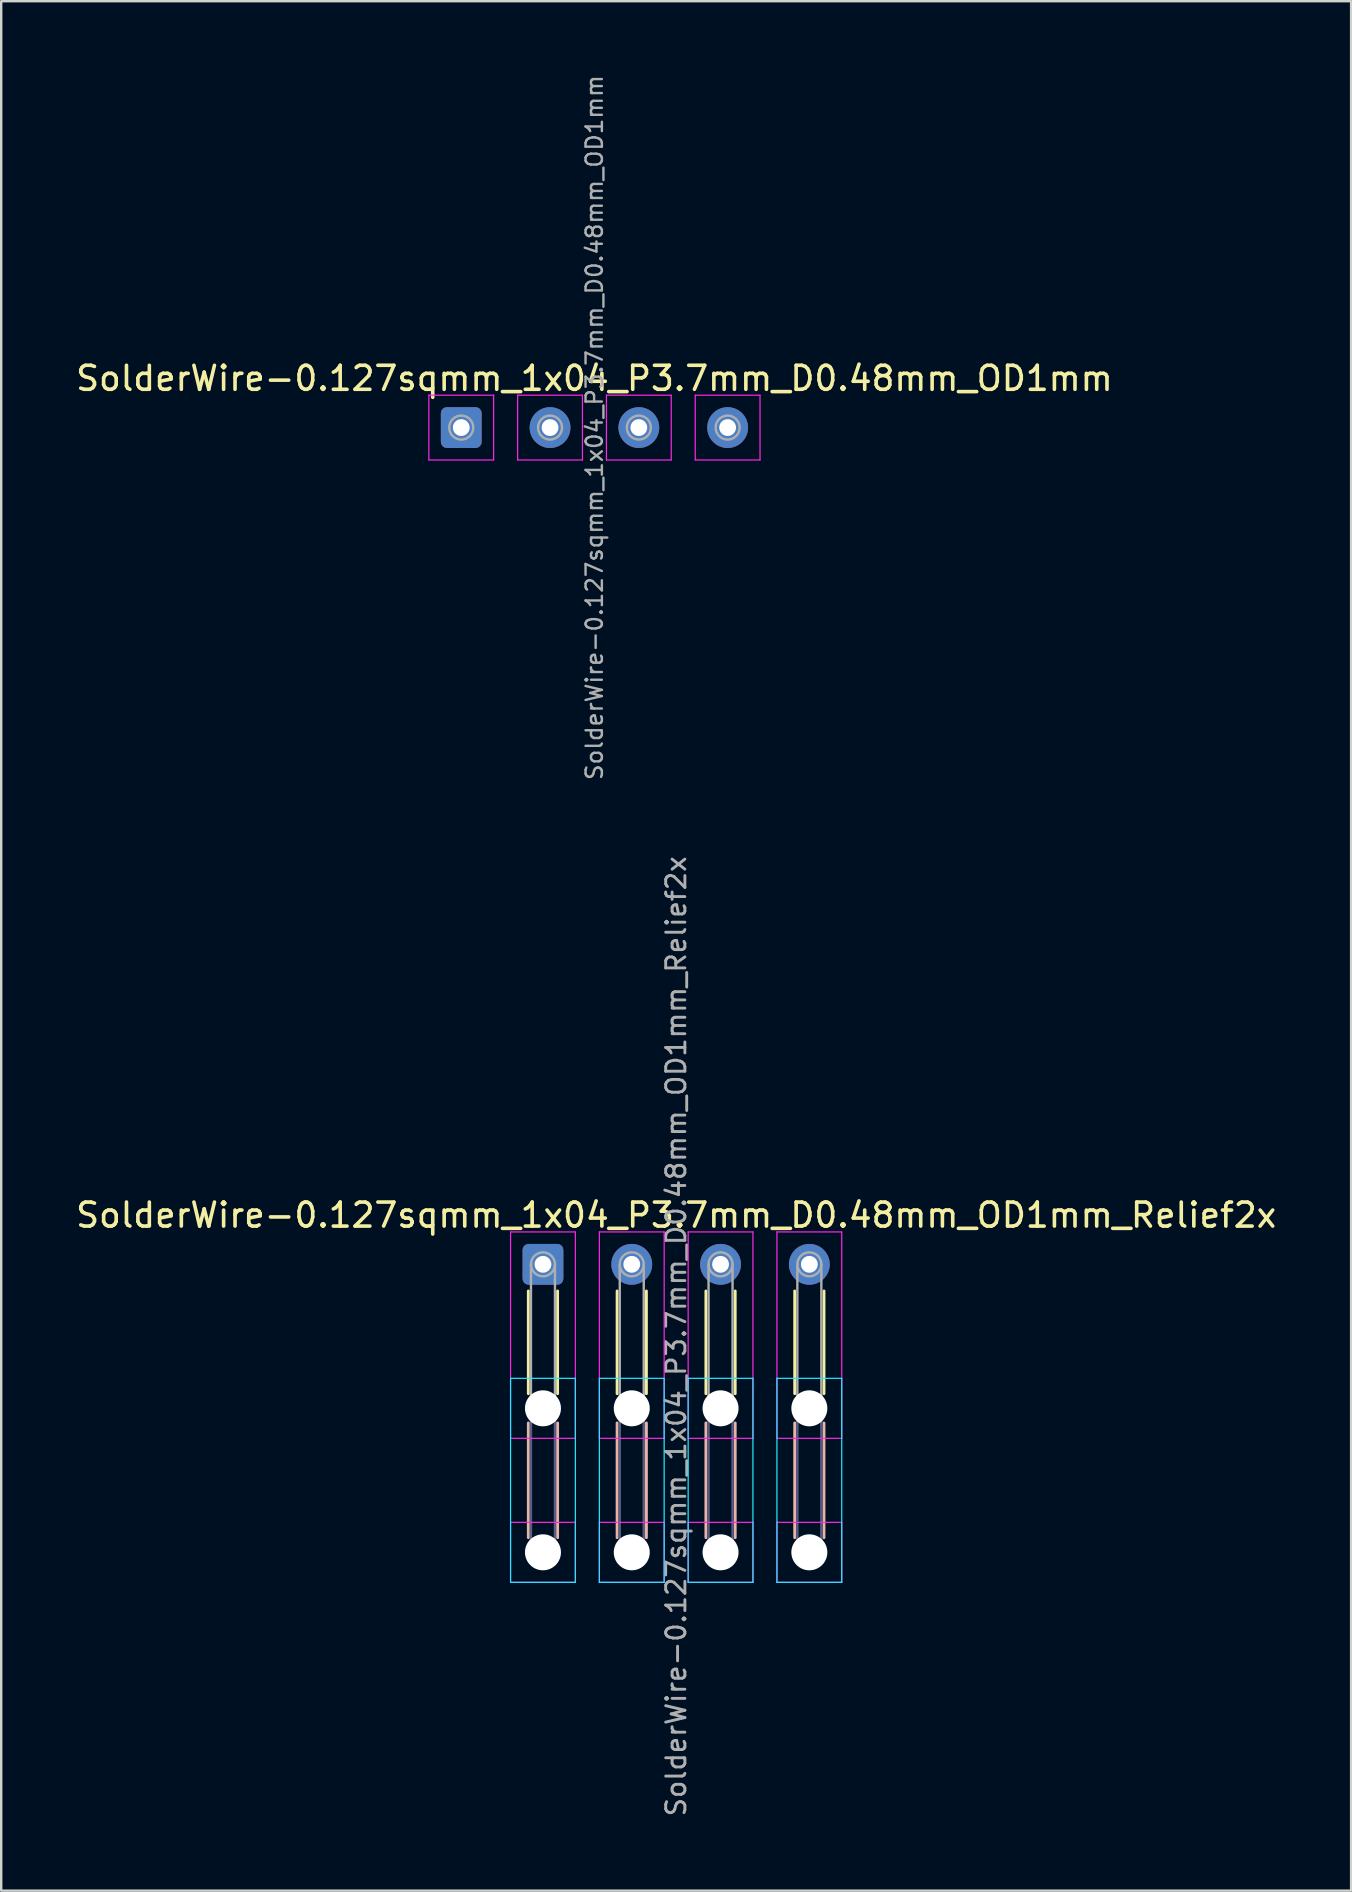
<source format=kicad_pcb>
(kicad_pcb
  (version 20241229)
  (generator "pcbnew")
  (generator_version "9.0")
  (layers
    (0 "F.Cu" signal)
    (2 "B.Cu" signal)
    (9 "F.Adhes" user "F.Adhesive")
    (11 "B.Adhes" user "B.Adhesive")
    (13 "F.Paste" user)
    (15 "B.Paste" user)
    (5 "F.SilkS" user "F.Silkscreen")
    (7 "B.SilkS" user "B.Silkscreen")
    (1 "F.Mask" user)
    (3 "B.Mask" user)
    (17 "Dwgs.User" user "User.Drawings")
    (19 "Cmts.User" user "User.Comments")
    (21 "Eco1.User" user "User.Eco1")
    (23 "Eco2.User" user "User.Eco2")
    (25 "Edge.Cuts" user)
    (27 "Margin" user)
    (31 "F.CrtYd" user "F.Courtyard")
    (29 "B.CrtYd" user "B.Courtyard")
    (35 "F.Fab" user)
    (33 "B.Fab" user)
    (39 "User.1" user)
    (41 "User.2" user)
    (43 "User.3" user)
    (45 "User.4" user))
  (footprint "SolderWire-0.127sqmm_1x04_P3.7mm_D0.48mm_OD1mm"
    (layer "F.Cu")
    (at 16.17 14.767)
    (property "Reference" "SolderWire-0.127sqmm_1x04_P3.7mm_D0.48mm_OD1mm" (at 5.55 -2.05 0) (layer "F.SilkS") (effects (font (size 1 1) (thickness 0.15))))
    (attr exclude_from_pos_files exclude_from_bom)
    (fp_line (start -1.35 -1.35) (end -1.35 1.35) (stroke (width 0.05) (type solid)) (layer "F.CrtYd"))
    (fp_line (start -1.35 1.35) (end 1.35 1.35) (stroke (width 0.05) (type solid)) (layer "F.CrtYd"))
    (fp_line (start 1.35 -1.35) (end -1.35 -1.35) (stroke (width 0.05) (type solid)) (layer "F.CrtYd"))
    (fp_line (start 1.35 1.35) (end 1.35 -1.35) (stroke (width 0.05) (type solid)) (layer "F.CrtYd"))
    (fp_line (start 2.35 -1.35) (end 2.35 1.35) (stroke (width 0.05) (type solid)) (layer "F.CrtYd"))
    (fp_line (start 2.35 1.35) (end 5.05 1.35) (stroke (width 0.05) (type solid)) (layer "F.CrtYd"))
    (fp_line (start 5.05 -1.35) (end 2.35 -1.35) (stroke (width 0.05) (type solid)) (layer "F.CrtYd"))
    (fp_line (start 5.05 1.35) (end 5.05 -1.35) (stroke (width 0.05) (type solid)) (layer "F.CrtYd"))
    (fp_line (start 6.05 -1.35) (end 6.05 1.35) (stroke (width 0.05) (type solid)) (layer "F.CrtYd"))
    (fp_line (start 6.05 1.35) (end 8.75 1.35) (stroke (width 0.05) (type solid)) (layer "F.CrtYd"))
    (fp_line (start 8.75 -1.35) (end 6.05 -1.35) (stroke (width 0.05) (type solid)) (layer "F.CrtYd"))
    (fp_line (start 8.75 1.35) (end 8.75 -1.35) (stroke (width 0.05) (type solid)) (layer "F.CrtYd"))
    (fp_line (start 9.75 -1.35) (end 9.75 1.35) (stroke (width 0.05) (type solid)) (layer "F.CrtYd"))
    (fp_line (start 9.75 1.35) (end 12.45 1.35) (stroke (width 0.05) (type solid)) (layer "F.CrtYd"))
    (fp_line (start 12.45 -1.35) (end 9.75 -1.35) (stroke (width 0.05) (type solid)) (layer "F.CrtYd"))
    (fp_line (start 12.45 1.35) (end 12.45 -1.35) (stroke (width 0.05) (type solid)) (layer "F.CrtYd"))
    (fp_circle (center 0 0) (end 0.5 0) (stroke (width 0.1) (type solid)) (fill no) (layer "F.Fab"))
    (fp_circle (center 3.7 0) (end 4.2 0) (stroke (width 0.1) (type solid)) (fill no) (layer "F.Fab"))
    (fp_circle (center 7.4 0) (end 7.9 0) (stroke (width 0.1) (type solid)) (fill no) (layer "F.Fab"))
    (fp_circle (center 11.1 0) (end 11.6 0) (stroke (width 0.1) (type solid)) (fill no) (layer "F.Fab"))
    (fp_text user "${REFERENCE}" (at 5.55 0 90) (layer "F.Fab") (effects (font (size 0.68 0.68) (thickness 0.1))))
    (pad "1" thru_hole roundrect (at 0 0) (size 1.7 1.7) (drill 0.7) (layers "*.Cu" "*.Mask") (roundrect_rratio 0.147))
    (pad "2" thru_hole circle (at 3.7 0) (size 1.7 1.7) (drill 0.7) (layers "*.Cu" "*.Mask"))
    (pad "3" thru_hole circle (at 7.4 0) (size 1.7 1.7) (drill 0.7) (layers "*.Cu" "*.Mask"))
    (pad "4" thru_hole circle (at 11.1 0) (size 1.7 1.7) (drill 0.7) (layers "*.Cu" "*.Mask")))
  (footprint "SolderWire-0.127sqmm_1x04_P3.7mm_D0.48mm_OD1mm_Relief2x"
    (layer "F.Cu")
    (at 19.575 49.634)
    (property "Reference" "SolderWire-0.127sqmm_1x04_P3.7mm_D0.48mm_OD1mm_Relief2x" (at 5.55 -2.05 0) (layer "F.SilkS") (effects (font (size 1 1) (thickness 0.15))))
    (attr exclude_from_pos_files exclude_from_bom)
    (fp_line (start -0.61 1.11) (end -0.61 5.39) (stroke (width 0.12) (type solid)) (layer "F.SilkS"))
    (fp_line (start 0.61 1.11) (end 0.61 5.39) (stroke (width 0.12) (type solid)) (layer "F.SilkS"))
    (fp_line (start 3.09 1.11) (end 3.09 5.39) (stroke (width 0.12) (type solid)) (layer "F.SilkS"))
    (fp_line (start 4.31 1.11) (end 4.31 5.39) (stroke (width 0.12) (type solid)) (layer "F.SilkS"))
    (fp_line (start 6.79 1.11) (end 6.79 5.39) (stroke (width 0.12) (type solid)) (layer "F.SilkS"))
    (fp_line (start 8.01 1.11) (end 8.01 5.39) (stroke (width 0.12) (type solid)) (layer "F.SilkS"))
    (fp_line (start 10.49 1.11) (end 10.49 5.39) (stroke (width 0.12) (type solid)) (layer "F.SilkS"))
    (fp_line (start 11.71 1.11) (end 11.71 5.39) (stroke (width 0.12) (type solid)) (layer "F.SilkS"))
    (fp_line (start -0.61 6.61) (end -0.61 11.39) (stroke (width 0.12) (type solid)) (layer "B.SilkS"))
    (fp_line (start 0.61 6.61) (end 0.61 11.39) (stroke (width 0.12) (type solid)) (layer "B.SilkS"))
    (fp_line (start 3.09 6.61) (end 3.09 11.39) (stroke (width 0.12) (type solid)) (layer "B.SilkS"))
    (fp_line (start 4.31 6.61) (end 4.31 11.39) (stroke (width 0.12) (type solid)) (layer "B.SilkS"))
    (fp_line (start 6.79 6.61) (end 6.79 11.39) (stroke (width 0.12) (type solid)) (layer "B.SilkS"))
    (fp_line (start 8.01 6.61) (end 8.01 11.39) (stroke (width 0.12) (type solid)) (layer "B.SilkS"))
    (fp_line (start 10.49 6.61) (end 10.49 11.39) (stroke (width 0.12) (type solid)) (layer "B.SilkS"))
    (fp_line (start 11.71 6.61) (end 11.71 11.39) (stroke (width 0.12) (type solid)) (layer "B.SilkS"))
    (fp_line (start -1.35 4.75) (end -1.35 13.25) (stroke (width 0.05) (type solid)) (layer "B.CrtYd"))
    (fp_line (start -1.35 13.25) (end 1.35 13.25) (stroke (width 0.05) (type solid)) (layer "B.CrtYd"))
    (fp_line (start 1.35 4.75) (end -1.35 4.75) (stroke (width 0.05) (type solid)) (layer "B.CrtYd"))
    (fp_line (start 1.35 13.25) (end 1.35 4.75) (stroke (width 0.05) (type solid)) (layer "B.CrtYd"))
    (fp_line (start 2.35 4.75) (end 2.35 13.25) (stroke (width 0.05) (type solid)) (layer "B.CrtYd"))
    (fp_line (start 2.35 13.25) (end 5.05 13.25) (stroke (width 0.05) (type solid)) (layer "B.CrtYd"))
    (fp_line (start 5.05 4.75) (end 2.35 4.75) (stroke (width 0.05) (type solid)) (layer "B.CrtYd"))
    (fp_line (start 5.05 13.25) (end 5.05 4.75) (stroke (width 0.05) (type solid)) (layer "B.CrtYd"))
    (fp_line (start 6.05 4.75) (end 6.05 13.25) (stroke (width 0.05) (type solid)) (layer "B.CrtYd"))
    (fp_line (start 6.05 13.25) (end 8.75 13.25) (stroke (width 0.05) (type solid)) (layer "B.CrtYd"))
    (fp_line (start 8.75 4.75) (end 6.05 4.75) (stroke (width 0.05) (type solid)) (layer "B.CrtYd"))
    (fp_line (start 8.75 13.25) (end 8.75 4.75) (stroke (width 0.05) (type solid)) (layer "B.CrtYd"))
    (fp_line (start 9.75 4.75) (end 9.75 13.25) (stroke (width 0.05) (type solid)) (layer "B.CrtYd"))
    (fp_line (start 9.75 13.25) (end 12.45 13.25) (stroke (width 0.05) (type solid)) (layer "B.CrtYd"))
    (fp_line (start 12.45 4.75) (end 9.75 4.75) (stroke (width 0.05) (type solid)) (layer "B.CrtYd"))
    (fp_line (start 12.45 13.25) (end 12.45 4.75) (stroke (width 0.05) (type solid)) (layer "B.CrtYd"))
    (fp_line (start -1.35 -1.35) (end -1.35 7.25) (stroke (width 0.05) (type solid)) (layer "F.CrtYd"))
    (fp_line (start -1.35 7.25) (end 1.35 7.25) (stroke (width 0.05) (type solid)) (layer "F.CrtYd"))
    (fp_line (start -1.35 10.75) (end -1.35 13.25) (stroke (width 0.05) (type solid)) (layer "F.CrtYd"))
    (fp_line (start -1.35 13.25) (end 1.35 13.25) (stroke (width 0.05) (type solid)) (layer "F.CrtYd"))
    (fp_line (start 1.35 -1.35) (end -1.35 -1.35) (stroke (width 0.05) (type solid)) (layer "F.CrtYd"))
    (fp_line (start 1.35 7.25) (end 1.35 -1.35) (stroke (width 0.05) (type solid)) (layer "F.CrtYd"))
    (fp_line (start 1.35 10.75) (end -1.35 10.75) (stroke (width 0.05) (type solid)) (layer "F.CrtYd"))
    (fp_line (start 1.35 13.25) (end 1.35 10.75) (stroke (width 0.05) (type solid)) (layer "F.CrtYd"))
    (fp_line (start 2.35 -1.35) (end 2.35 7.25) (stroke (width 0.05) (type solid)) (layer "F.CrtYd"))
    (fp_line (start 2.35 7.25) (end 5.05 7.25) (stroke (width 0.05) (type solid)) (layer "F.CrtYd"))
    (fp_line (start 2.35 10.75) (end 2.35 13.25) (stroke (width 0.05) (type solid)) (layer "F.CrtYd"))
    (fp_line (start 2.35 13.25) (end 5.05 13.25) (stroke (width 0.05) (type solid)) (layer "F.CrtYd"))
    (fp_line (start 5.05 -1.35) (end 2.35 -1.35) (stroke (width 0.05) (type solid)) (layer "F.CrtYd"))
    (fp_line (start 5.05 7.25) (end 5.05 -1.35) (stroke (width 0.05) (type solid)) (layer "F.CrtYd"))
    (fp_line (start 5.05 10.75) (end 2.35 10.75) (stroke (width 0.05) (type solid)) (layer "F.CrtYd"))
    (fp_line (start 5.05 13.25) (end 5.05 10.75) (stroke (width 0.05) (type solid)) (layer "F.CrtYd"))
    (fp_line (start 6.05 -1.35) (end 6.05 7.25) (stroke (width 0.05) (type solid)) (layer "F.CrtYd"))
    (fp_line (start 6.05 7.25) (end 8.75 7.25) (stroke (width 0.05) (type solid)) (layer "F.CrtYd"))
    (fp_line (start 6.05 10.75) (end 6.05 13.25) (stroke (width 0.05) (type solid)) (layer "F.CrtYd"))
    (fp_line (start 6.05 13.25) (end 8.75 13.25) (stroke (width 0.05) (type solid)) (layer "F.CrtYd"))
    (fp_line (start 8.75 -1.35) (end 6.05 -1.35) (stroke (width 0.05) (type solid)) (layer "F.CrtYd"))
    (fp_line (start 8.75 7.25) (end 8.75 -1.35) (stroke (width 0.05) (type solid)) (layer "F.CrtYd"))
    (fp_line (start 8.75 10.75) (end 6.05 10.75) (stroke (width 0.05) (type solid)) (layer "F.CrtYd"))
    (fp_line (start 8.75 13.25) (end 8.75 10.75) (stroke (width 0.05) (type solid)) (layer "F.CrtYd"))
    (fp_line (start 9.75 -1.35) (end 9.75 7.25) (stroke (width 0.05) (type solid)) (layer "F.CrtYd"))
    (fp_line (start 9.75 7.25) (end 12.45 7.25) (stroke (width 0.05) (type solid)) (layer "F.CrtYd"))
    (fp_line (start 9.75 10.75) (end 9.75 13.25) (stroke (width 0.05) (type solid)) (layer "F.CrtYd"))
    (fp_line (start 9.75 13.25) (end 12.45 13.25) (stroke (width 0.05) (type solid)) (layer "F.CrtYd"))
    (fp_line (start 12.45 -1.35) (end 9.75 -1.35) (stroke (width 0.05) (type solid)) (layer "F.CrtYd"))
    (fp_line (start 12.45 7.25) (end 12.45 -1.35) (stroke (width 0.05) (type solid)) (layer "F.CrtYd"))
    (fp_line (start 12.45 10.75) (end 9.75 10.75) (stroke (width 0.05) (type solid)) (layer "F.CrtYd"))
    (fp_line (start 12.45 13.25) (end 12.45 10.75) (stroke (width 0.05) (type solid)) (layer "F.CrtYd"))
    (fp_line (start -0.5 6) (end -0.5 12) (stroke (width 0.1) (type solid)) (layer "B.Fab"))
    (fp_line (start 0.5 6) (end 0.5 12) (stroke (width 0.1) (type solid)) (layer "B.Fab"))
    (fp_line (start 3.2 6) (end 3.2 12) (stroke (width 0.1) (type solid)) (layer "B.Fab"))
    (fp_line (start 4.2 6) (end 4.2 12) (stroke (width 0.1) (type solid)) (layer "B.Fab"))
    (fp_line (start 6.9 6) (end 6.9 12) (stroke (width 0.1) (type solid)) (layer "B.Fab"))
    (fp_line (start 7.9 6) (end 7.9 12) (stroke (width 0.1) (type solid)) (layer "B.Fab"))
    (fp_line (start 10.6 6) (end 10.6 12) (stroke (width 0.1) (type solid)) (layer "B.Fab"))
    (fp_line (start 11.6 6) (end 11.6 12) (stroke (width 0.1) (type solid)) (layer "B.Fab"))
    (fp_circle (center 0 6) (end 0.5 6) (stroke (width 0.1) (type solid)) (fill no) (layer "B.Fab"))
    (fp_circle (center 0 12) (end 0.5 12) (stroke (width 0.1) (type solid)) (fill no) (layer "B.Fab"))
    (fp_circle (center 3.7 6) (end 4.2 6) (stroke (width 0.1) (type solid)) (fill no) (layer "B.Fab"))
    (fp_circle (center 3.7 12) (end 4.2 12) (stroke (width 0.1) (type solid)) (fill no) (layer "B.Fab"))
    (fp_circle (center 7.4 6) (end 7.9 6) (stroke (width 0.1) (type solid)) (fill no) (layer "B.Fab"))
    (fp_circle (center 7.4 12) (end 7.9 12) (stroke (width 0.1) (type solid)) (fill no) (layer "B.Fab"))
    (fp_circle (center 11.1 6) (end 11.6 6) (stroke (width 0.1) (type solid)) (fill no) (layer "B.Fab"))
    (fp_circle (center 11.1 12) (end 11.6 12) (stroke (width 0.1) (type solid)) (fill no) (layer "B.Fab"))
    (fp_line (start -0.5 0) (end -0.5 6) (stroke (width 0.1) (type solid)) (layer "F.Fab"))
    (fp_line (start 0.5 0) (end 0.5 6) (stroke (width 0.1) (type solid)) (layer "F.Fab"))
    (fp_line (start 3.2 0) (end 3.2 6) (stroke (width 0.1) (type solid)) (layer "F.Fab"))
    (fp_line (start 4.2 0) (end 4.2 6) (stroke (width 0.1) (type solid)) (layer "F.Fab"))
    (fp_line (start 6.9 0) (end 6.9 6) (stroke (width 0.1) (type solid)) (layer "F.Fab"))
    (fp_line (start 7.9 0) (end 7.9 6) (stroke (width 0.1) (type solid)) (layer "F.Fab"))
    (fp_line (start 10.6 0) (end 10.6 6) (stroke (width 0.1) (type solid)) (layer "F.Fab"))
    (fp_line (start 11.6 0) (end 11.6 6) (stroke (width 0.1) (type solid)) (layer "F.Fab"))
    (fp_circle (center 0 0) (end 0.5 0) (stroke (width 0.1) (type solid)) (fill no) (layer "F.Fab"))
    (fp_circle (center 0 6) (end 0.5 6) (stroke (width 0.1) (type solid)) (fill no) (layer "F.Fab"))
    (fp_circle (center 0 12) (end 0.5 12) (stroke (width 0.1) (type solid)) (fill no) (layer "F.Fab"))
    (fp_circle (center 3.7 0) (end 4.2 0) (stroke (width 0.1) (type solid)) (fill no) (layer "F.Fab"))
    (fp_circle (center 3.7 6) (end 4.2 6) (stroke (width 0.1) (type solid)) (fill no) (layer "F.Fab"))
    (fp_circle (center 3.7 12) (end 4.2 12) (stroke (width 0.1) (type solid)) (fill no) (layer "F.Fab"))
    (fp_circle (center 7.4 0) (end 7.9 0) (stroke (width 0.1) (type solid)) (fill no) (layer "F.Fab"))
    (fp_circle (center 7.4 6) (end 7.9 6) (stroke (width 0.1) (type solid)) (fill no) (layer "F.Fab"))
    (fp_circle (center 7.4 12) (end 7.9 12) (stroke (width 0.1) (type solid)) (fill no) (layer "F.Fab"))
    (fp_circle (center 11.1 0) (end 11.6 0) (stroke (width 0.1) (type solid)) (fill no) (layer "F.Fab"))
    (fp_circle (center 11.1 6) (end 11.6 6) (stroke (width 0.1) (type solid)) (fill no) (layer "F.Fab"))
    (fp_circle (center 11.1 12) (end 11.6 12) (stroke (width 0.1) (type solid)) (fill no) (layer "F.Fab"))
    (fp_text user "${REFERENCE}" (at 5.55 3 90) (layer "F.Fab") (effects (font (size 0.8 0.8) (thickness 0.12))))
    (pad "" np_thru_hole circle (at 0 6) (size 1.5 1.5) (drill 1.5) (layers "*.Cu" "*.Mask"))
    (pad "" np_thru_hole circle (at 0 12) (size 1.5 1.5) (drill 1.5) (layers "*.Cu" "*.Mask"))
    (pad "" np_thru_hole circle (at 3.7 6) (size 1.5 1.5) (drill 1.5) (layers "*.Cu" "*.Mask"))
    (pad "" np_thru_hole circle (at 3.7 12) (size 1.5 1.5) (drill 1.5) (layers "*.Cu" "*.Mask"))
    (pad "" np_thru_hole circle (at 7.4 6) (size 1.5 1.5) (drill 1.5) (layers "*.Cu" "*.Mask"))
    (pad "" np_thru_hole circle (at 7.4 12) (size 1.5 1.5) (drill 1.5) (layers "*.Cu" "*.Mask"))
    (pad "" np_thru_hole circle (at 11.1 6) (size 1.5 1.5) (drill 1.5) (layers "*.Cu" "*.Mask"))
    (pad "" np_thru_hole circle (at 11.1 12) (size 1.5 1.5) (drill 1.5) (layers "*.Cu" "*.Mask"))
    (pad "1" thru_hole roundrect (at 0 0) (size 1.7 1.7) (drill 0.7) (layers "*.Cu" "*.Mask") (roundrect_rratio 0.147))
    (pad "2" thru_hole circle (at 3.7 0) (size 1.7 1.7) (drill 0.7) (layers "*.Cu" "*.Mask"))
    (pad "3" thru_hole circle (at 7.4 0) (size 1.7 1.7) (drill 0.7) (layers "*.Cu" "*.Mask"))
    (pad "4" thru_hole circle (at 11.1 0) (size 1.7 1.7) (drill 0.7) (layers "*.Cu" "*.Mask")))
  (gr_rect
    (start -3 -3)
    (end 53.25 75.734)
    (stroke (width 0.1) (type default))
    (fill no)
    (layer "Edge.Cuts")))
</source>
